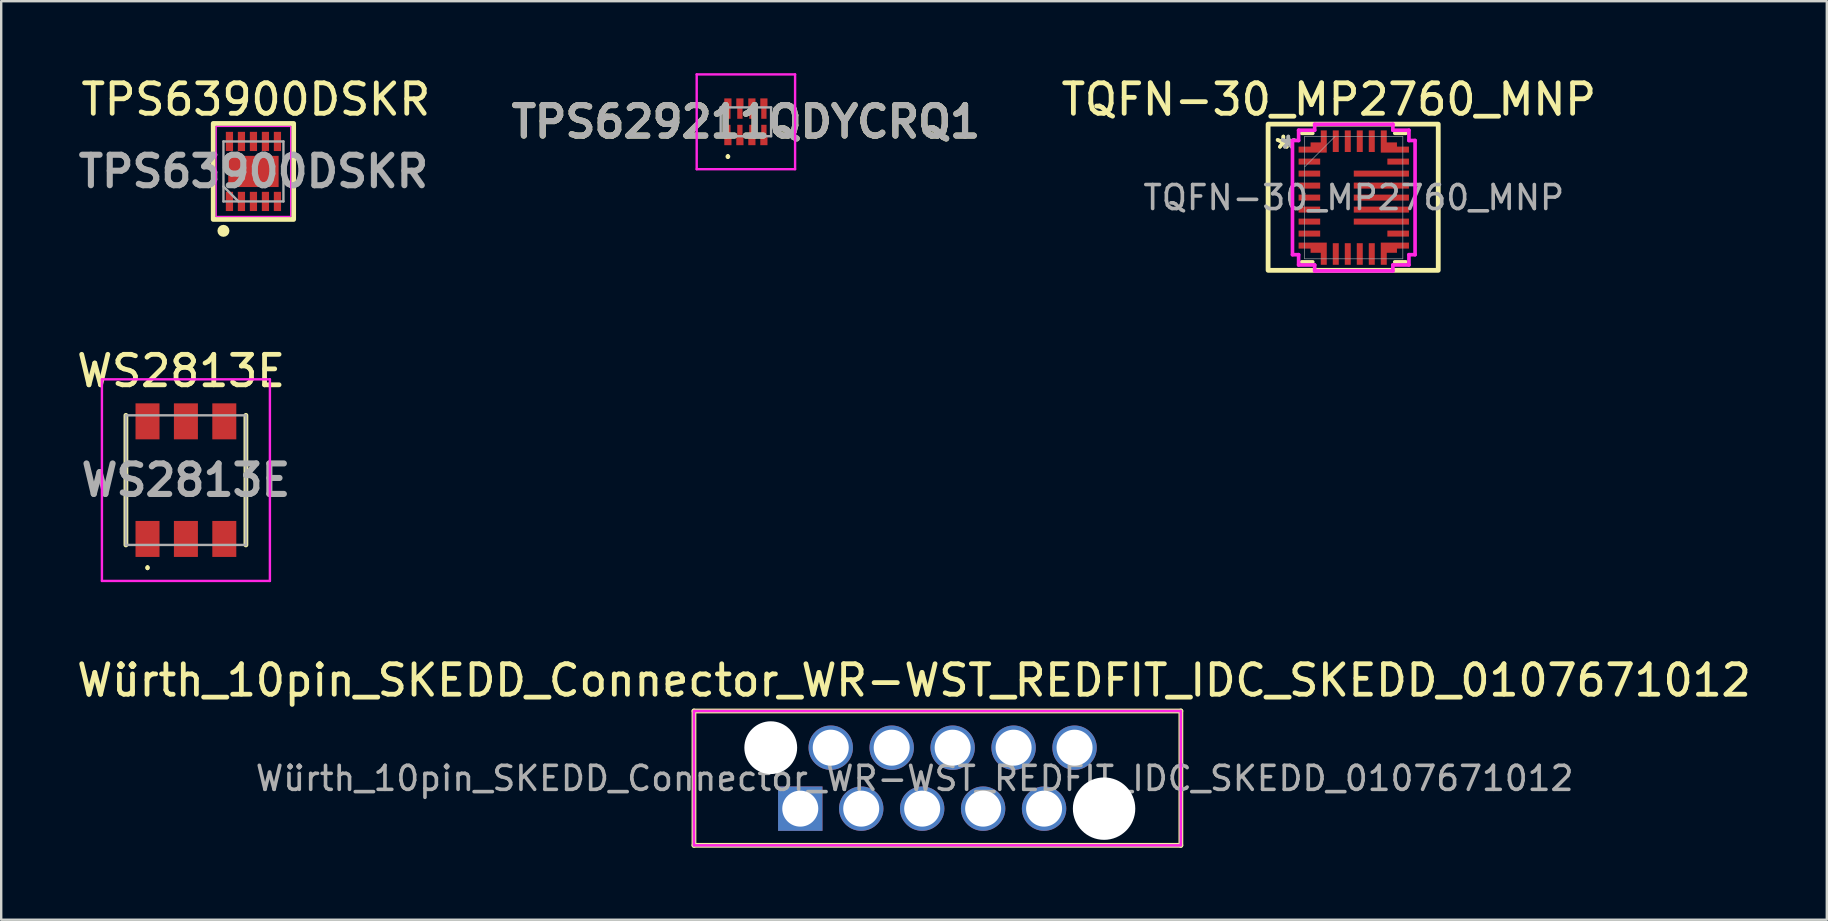
<source format=kicad_pcb>
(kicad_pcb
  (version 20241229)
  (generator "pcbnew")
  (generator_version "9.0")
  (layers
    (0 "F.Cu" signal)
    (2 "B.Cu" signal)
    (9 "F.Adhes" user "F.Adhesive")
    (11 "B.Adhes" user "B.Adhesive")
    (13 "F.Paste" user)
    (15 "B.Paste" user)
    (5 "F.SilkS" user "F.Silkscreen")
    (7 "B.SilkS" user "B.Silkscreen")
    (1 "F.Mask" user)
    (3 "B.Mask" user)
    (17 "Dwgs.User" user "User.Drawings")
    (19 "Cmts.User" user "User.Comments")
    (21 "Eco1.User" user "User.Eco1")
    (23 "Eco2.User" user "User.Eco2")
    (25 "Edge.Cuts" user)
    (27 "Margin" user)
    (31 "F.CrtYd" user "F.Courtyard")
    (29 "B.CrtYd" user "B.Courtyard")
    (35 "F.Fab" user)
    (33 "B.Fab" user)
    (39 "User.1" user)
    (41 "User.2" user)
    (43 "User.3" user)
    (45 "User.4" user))
  (footprint "WS2813E"
    (layer "F.Cu")
    (at 4.697 16.958)
    (property "Reference" "WS2813E" (at -0.2 -4.55 0) (layer "F.SilkS") (effects (font (size 1.27 1.27) (thickness 0.2))))
    (attr smd)
    (fp_line (start -2.5 -2.7) (end -2.5 2.7) (stroke (width 0.2) (type solid)) (layer "F.SilkS"))
    (fp_line (start -1.6 3.6) (end -1.6 3.6) (stroke (width 0.1) (type solid)) (layer "F.SilkS"))
    (fp_line (start -1.6 3.7) (end -1.6 3.7) (stroke (width 0.1) (type solid)) (layer "F.SilkS"))
    (fp_line (start 2.5 -2.7) (end 2.5 2.7) (stroke (width 0.2) (type solid)) (layer "F.SilkS"))
    (fp_arc (start -1.6 3.6) (mid -1.55 3.65) (end -1.6 3.7) (stroke (width 0.1) (type solid)) (layer "F.SilkS"))
    (fp_arc (start -1.6 3.7) (mid -1.65 3.65) (end -1.6 3.6) (stroke (width 0.1) (type solid)) (layer "F.SilkS"))
    (fp_line (start -3.5 -4.2) (end 3.5 -4.2) (stroke (width 0.1) (type solid)) (layer "F.CrtYd"))
    (fp_line (start -3.5 4.2) (end -3.5 -4.2) (stroke (width 0.1) (type solid)) (layer "F.CrtYd"))
    (fp_line (start 3.5 -4.2) (end 3.5 4.2) (stroke (width 0.1) (type solid)) (layer "F.CrtYd"))
    (fp_line (start 3.5 4.2) (end -3.5 4.2) (stroke (width 0.1) (type solid)) (layer "F.CrtYd"))
    (fp_line (start -2.5 -2.7) (end 2.5 -2.7) (stroke (width 0.1) (type solid)) (layer "F.Fab"))
    (fp_line (start -2.5 2.7) (end -2.5 -2.7) (stroke (width 0.1) (type solid)) (layer "F.Fab"))
    (fp_line (start 2.5 -2.7) (end 2.5 2.7) (stroke (width 0.1) (type solid)) (layer "F.Fab"))
    (fp_line (start 2.5 2.7) (end -2.5 2.7) (stroke (width 0.1) (type solid)) (layer "F.Fab"))
    (fp_text user "${REFERENCE}" (at 0 0 0) (layer "F.Fab") (effects (font (size 1.27 1.27) (thickness 0.254))))
    (pad "1" smd rect (at -1.6 2.45) (size 1 1.5) (layers "F.Cu" "F.Mask" "F.Paste"))
    (pad "2" smd rect (at 0 2.45) (size 1 1.5) (layers "F.Cu" "F.Mask" "F.Paste"))
    (pad "3" smd rect (at 1.6 2.45) (size 1 1.5) (layers "F.Cu" "F.Mask" "F.Paste"))
    (pad "4" smd rect (at 1.6 -2.45) (size 1 1.5) (layers "F.Cu" "F.Mask" "F.Paste"))
    (pad "5" smd rect (at 0 -2.45) (size 1 1.5) (layers "F.Cu" "F.Mask" "F.Paste"))
    (pad "6" smd rect (at -1.6 -2.45) (size 1 1.5) (layers "F.Cu" "F.Mask" "F.Paste")))
  (footprint "TPS63900DSKR"
    (layer "F.Cu")
    (at 7.511 4.094)
    (property "Reference" "TPS63900DSKR" (at 0.1 -3 0) (layer "F.SilkS") (effects (font (size 1.27 1.27) (thickness 0.2))))
    (attr smd)
    (fp_rect (start -1.675 -2) (end 1.675 2) (stroke (width 0.2) (type default)) (fill no) (layer "F.SilkS"))
    (fp_circle (center -1.25 2.475) (end -1.125 2.475) (stroke (width 0.25) (type solid)) (fill no) (layer "F.SilkS"))
    (fp_line (start -1.55 -1.875) (end 1.55 -1.875) (stroke (width 0.05) (type solid)) (layer "F.CrtYd"))
    (fp_line (start -1.55 1.875) (end -1.55 -1.875) (stroke (width 0.05) (type solid)) (layer "F.CrtYd"))
    (fp_line (start 1.55 -1.875) (end 1.55 1.875) (stroke (width 0.05) (type solid)) (layer "F.CrtYd"))
    (fp_line (start 1.55 1.875) (end -1.55 1.875) (stroke (width 0.05) (type solid)) (layer "F.CrtYd"))
    (fp_line (start -1.25 -1.25) (end 1.25 -1.25) (stroke (width 0.1) (type solid)) (layer "F.Fab"))
    (fp_line (start -1.25 1.25) (end -1.25 -1.25) (stroke (width 0.1) (type solid)) (layer "F.Fab"))
    (fp_line (start -0.625 1.25) (end -1.25 0.625) (stroke (width 0.1) (type solid)) (layer "F.Fab"))
    (fp_line (start 1.25 -1.25) (end 1.25 1.25) (stroke (width 0.1) (type solid)) (layer "F.Fab"))
    (fp_line (start 1.25 1.25) (end -1.25 1.25) (stroke (width 0.1) (type solid)) (layer "F.Fab"))
    (fp_text user "${REFERENCE}" (at 0 0 0) (layer "F.Fab") (effects (font (size 1.27 1.27) (thickness 0.254))))
    (pad "1" smd rect (at -1 1.25 180) (size 0.3 0.8) (layers "F.Cu" "F.Mask" "F.Paste"))
    (pad "2" smd rect (at -0.5 1.25 180) (size 0.3 0.8) (layers "F.Cu" "F.Mask" "F.Paste"))
    (pad "3" smd rect (at 0 1.25 180) (size 0.3 0.8) (layers "F.Cu" "F.Mask" "F.Paste"))
    (pad "4" smd rect (at 0.5 1.25 180) (size 0.3 0.8) (layers "F.Cu" "F.Mask" "F.Paste"))
    (pad "5" smd rect (at 1 1.25 180) (size 0.3 0.8) (layers "F.Cu" "F.Mask" "F.Paste"))
    (pad "6" smd rect (at 1 -1.25 180) (size 0.3 0.8) (layers "F.Cu" "F.Mask" "F.Paste"))
    (pad "7" smd rect (at 0.5 -1.25 180) (size 0.3 0.8) (layers "F.Cu" "F.Mask" "F.Paste"))
    (pad "8" smd rect (at 0 -1.25 180) (size 0.3 0.8) (layers "F.Cu" "F.Mask" "F.Paste"))
    (pad "9" smd rect (at -0.5 -1.25 180) (size 0.3 0.8) (layers "F.Cu" "F.Mask" "F.Paste"))
    (pad "10" smd rect (at -1 -1.25 180) (size 0.3 0.8) (layers "F.Cu" "F.Mask" "F.Paste"))
    (pad "11" smd rect (at 0 0 90) (size 1.3 2.1) (layers "F.Cu" "F.Mask" "F.Paste")))
  (footprint "TQFN-30_MP2760_MNP"
    (layer "F.Cu")
    (at 53.363 5.184)
    (property "Reference" "TQFN-30_MP2760_MNP" (at -1.04 -4.09 0) (unlocked yes) (layer "F.SilkS") (effects (font (size 1.27 1.27) (thickness 0.2))))
    (attr smd)
    (fp_poly (pts (xy -2.3 -2.125) (xy -2.3 -1.875) (xy -1.125 -1.875) (xy -1.125 -2.8) (xy -1.375 -2.8) (xy -1.375 -2.3) (xy -1.8 -2.3) (xy -1.8 -2.125)) (stroke (width 0) (type solid)) (fill yes) (layer "F.Cu"))
    (fp_poly (pts (xy -2.3 2.125) (xy -2.3 1.875) (xy -1.125 1.875) (xy -1.125 2.8) (xy -1.375 2.8) (xy -1.375 2.3) (xy -1.8 2.3) (xy -1.8 2.125)) (stroke (width 0) (type solid)) (fill yes) (layer "F.Cu"))
    (fp_poly (pts (xy 2.3 -2.125) (xy 2.3 -1.875) (xy 1.125 -1.875) (xy 1.125 -2.8) (xy 1.375 -2.8) (xy 1.375 -2.3) (xy 1.8 -2.3) (xy 1.8 -2.125)) (stroke (width 0) (type solid)) (fill yes) (layer "F.Cu"))
    (fp_poly (pts (xy 2.3 2.125) (xy 2.3 1.875) (xy 1.125 1.875) (xy 1.125 2.8) (xy 1.375 2.8) (xy 1.375 2.3) (xy 1.8 2.3) (xy 1.8 2.125)) (stroke (width 0) (type solid)) (fill yes) (layer "F.Cu"))
    (fp_poly (pts (xy -2.3 -2.125) (xy -2.3 -1.875) (xy -1.125 -1.875) (xy -1.125 -2.8) (xy -1.375 -2.8) (xy -1.375 -2.3) (xy -1.8 -2.3) (xy -1.8 -2.125)) (stroke (width 0) (type solid)) (fill yes) (layer "F.Mask"))
    (fp_poly (pts (xy -2.3 2.125) (xy -2.3 1.875) (xy -1.125 1.875) (xy -1.125 2.8) (xy -1.375 2.8) (xy -1.375 2.3) (xy -1.8 2.3) (xy -1.8 2.125)) (stroke (width 0) (type solid)) (fill yes) (layer "F.Mask"))
    (fp_poly (pts (xy 2.3 -2.125) (xy 2.3 -1.875) (xy 1.125 -1.875) (xy 1.125 -2.8) (xy 1.375 -2.8) (xy 1.375 -2.3) (xy 1.8 -2.3) (xy 1.8 -2.125)) (stroke (width 0) (type solid)) (fill yes) (layer "F.Mask"))
    (fp_poly (pts (xy 2.3 2.125) (xy 2.3 1.875) (xy 1.125 1.875) (xy 1.125 2.8) (xy 1.375 2.8) (xy 1.375 2.3) (xy 1.8 2.3) (xy 1.8 2.125)) (stroke (width 0) (type solid)) (fill yes) (layer "F.Mask"))
    (fp_line (start -2.172 2.68) (end -1.708 2.68) (stroke (width 0.152) (type solid)) (layer "F.SilkS"))
    (fp_line (start -1.708 -2.68) (end -2.172 -2.68) (stroke (width 0.152) (type solid)) (layer "F.SilkS"))
    (fp_line (start 1.708 2.68) (end 2.172 2.68) (stroke (width 0.152) (type solid)) (layer "F.SilkS"))
    (fp_line (start 2.172 -2.68) (end 1.708 -2.68) (stroke (width 0.152) (type solid)) (layer "F.SilkS"))
    (fp_rect (start -3.57 -3.06) (end 3.52 3.03) (stroke (width 0.2) (type default)) (fill no) (layer "F.SilkS"))
    (fp_poly (pts (xy -2.3 -2.125) (xy -2.3 -1.875) (xy -1.125 -1.875) (xy -1.125 -2.8) (xy -1.375 -2.8) (xy -1.375 -2.3) (xy -1.8 -2.3) (xy -1.8 -2.125)) (stroke (width 0) (type solid)) (fill yes) (layer "F.Paste"))
    (fp_poly (pts (xy -2.3 2.125) (xy -2.3 1.875) (xy -1.125 1.875) (xy -1.125 2.8) (xy -1.375 2.8) (xy -1.375 2.3) (xy -1.8 2.3) (xy -1.8 2.125)) (stroke (width 0) (type solid)) (fill yes) (layer "F.Paste"))
    (fp_poly (pts (xy 2.3 -2.125) (xy 2.3 -1.875) (xy 1.125 -1.875) (xy 1.125 -2.8) (xy 1.375 -2.8) (xy 1.375 -2.3) (xy 1.8 -2.3) (xy 1.8 -2.125)) (stroke (width 0) (type solid)) (fill yes) (layer "F.Paste"))
    (fp_poly (pts (xy 2.3 2.125) (xy 2.3 1.875) (xy 1.125 1.875) (xy 1.125 2.8) (xy 1.375 2.8) (xy 1.375 2.3) (xy 1.8 2.3) (xy 1.8 2.125)) (stroke (width 0) (type solid)) (fill yes) (layer "F.Paste"))
    (fp_line (start -2.554 -2.379) (end -2.299 -2.379) (stroke (width 0.152) (type solid)) (layer "F.CrtYd"))
    (fp_line (start -2.554 2.379) (end -2.554 -2.379) (stroke (width 0.152) (type solid)) (layer "F.CrtYd"))
    (fp_line (start -2.299 -2.807) (end -1.629 -2.807) (stroke (width 0.152) (type solid)) (layer "F.CrtYd"))
    (fp_line (start -2.299 -2.379) (end -2.299 -2.807) (stroke (width 0.152) (type solid)) (layer "F.CrtYd"))
    (fp_line (start -2.299 2.379) (end -2.554 2.379) (stroke (width 0.152) (type solid)) (layer "F.CrtYd"))
    (fp_line (start -2.299 2.807) (end -2.299 2.379) (stroke (width 0.152) (type solid)) (layer "F.CrtYd"))
    (fp_line (start -1.629 -3.054) (end 1.629 -3.054) (stroke (width 0.152) (type solid)) (layer "F.CrtYd"))
    (fp_line (start -1.629 -2.807) (end -1.629 -3.054) (stroke (width 0.152) (type solid)) (layer "F.CrtYd"))
    (fp_line (start -1.629 2.807) (end -2.299 2.807) (stroke (width 0.152) (type solid)) (layer "F.CrtYd"))
    (fp_line (start -1.629 3.054) (end -1.629 2.807) (stroke (width 0.152) (type solid)) (layer "F.CrtYd"))
    (fp_line (start 1.629 -3.054) (end 1.629 -2.807) (stroke (width 0.152) (type solid)) (layer "F.CrtYd"))
    (fp_line (start 1.629 -2.807) (end 2.299 -2.807) (stroke (width 0.152) (type solid)) (layer "F.CrtYd"))
    (fp_line (start 1.629 2.807) (end 1.629 3.054) (stroke (width 0.152) (type solid)) (layer "F.CrtYd"))
    (fp_line (start 1.629 3.054) (end -1.629 3.054) (stroke (width 0.152) (type solid)) (layer "F.CrtYd"))
    (fp_line (start 2.299 -2.807) (end 2.299 -2.379) (stroke (width 0.152) (type solid)) (layer "F.CrtYd"))
    (fp_line (start 2.299 -2.379) (end 2.554 -2.379) (stroke (width 0.152) (type solid)) (layer "F.CrtYd"))
    (fp_line (start 2.299 2.379) (end 2.299 2.807) (stroke (width 0.152) (type solid)) (layer "F.CrtYd"))
    (fp_line (start 2.299 2.807) (end 1.629 2.807) (stroke (width 0.152) (type solid)) (layer "F.CrtYd"))
    (fp_line (start 2.554 -2.379) (end 2.554 2.379) (stroke (width 0.152) (type solid)) (layer "F.CrtYd"))
    (fp_line (start 2.554 2.379) (end 2.299 2.379) (stroke (width 0.152) (type solid)) (layer "F.CrtYd"))
    (fp_line (start -2.045 -2.553) (end -2.045 2.553) (stroke (width 0.025) (type solid)) (layer "F.Fab"))
    (fp_line (start -2.045 -1.283) (end -0.775 -2.553) (stroke (width 0.025) (type solid)) (layer "F.Fab"))
    (fp_line (start -2.045 2.553) (end 2.045 2.553) (stroke (width 0.025) (type solid)) (layer "F.Fab"))
    (fp_line (start 2.045 -2.553) (end -2.045 -2.553) (stroke (width 0.025) (type solid)) (layer "F.Fab"))
    (fp_line (start 2.045 2.553) (end 2.045 -2.553) (stroke (width 0.025) (type solid)) (layer "F.Fab"))
    (fp_text user "*" (at -2.935 -2 0) (unlocked yes) (layer "F.SilkS") (effects (font (size 1 1) (thickness 0.15))))
    (fp_text user "*" (at -2.935 -2 0) (layer "F.SilkS") (effects (font (size 1 1) (thickness 0.15))))
    (fp_text user "${REFERENCE}" (at 0 0 0) (unlocked yes) (layer "F.Fab") (effects (font (size 1 1) (thickness 0.15))))
    (fp_text user "*" (at -2.728 -2 0) (layer "F.Fab") (effects (font (size 1 1) (thickness 0.15))))
    (fp_text user "*" (at -2.728 -2 0) (unlocked yes) (layer "F.Fab") (effects (font (size 1 1) (thickness 0.15))))
    (pad "1" smd rect (at -1.85 -2) (size 0.127 0.127) (layers "F.Cu" "F.Mask" "F.Paste"))
    (pad "2" smd rect (at -1.85 -1.5) (size 0.9 0.25) (layers "F.Cu" "F.Mask" "F.Paste"))
    (pad "3" smd rect (at -1.85 -1) (size 0.9 0.25) (layers "F.Cu" "F.Mask" "F.Paste"))
    (pad "4" smd rect (at -1.85 -0.5) (size 0.9 0.25) (layers "F.Cu" "F.Mask" "F.Paste"))
    (pad "5" smd rect (at -1.85 0) (size 0.9 0.25) (layers "F.Cu" "F.Mask" "F.Paste"))
    (pad "6" smd rect (at -1.85 0.5) (size 0.9 0.25) (layers "F.Cu" "F.Mask" "F.Paste"))
    (pad "7" smd rect (at -1.85 1) (size 0.9 0.25) (layers "F.Cu" "F.Mask" "F.Paste"))
    (pad "8" smd rect (at -1.85 1.5) (size 0.9 0.25) (layers "F.Cu" "F.Mask" "F.Paste"))
    (pad "9" smd rect (at -1.85 2) (size 0.127 0.127) (layers "F.Cu" "F.Mask" "F.Paste"))
    (pad "10" smd rect (at -1.25 2.35 90) (size 0.127 0.127) (layers "F.Cu" "F.Mask" "F.Paste"))
    (pad "11" smd rect (at -0.75 2.35 90) (size 0.9 0.25) (layers "F.Cu" "F.Mask" "F.Paste"))
    (pad "12" smd rect (at -0.25 2.35 90) (size 0.9 0.25) (layers "F.Cu" "F.Mask" "F.Paste"))
    (pad "13" smd rect (at 0.25 2.35 90) (size 0.9 0.25) (layers "F.Cu" "F.Mask" "F.Paste"))
    (pad "14" smd rect (at 0.75 2.35 90) (size 0.9 0.25) (layers "F.Cu" "F.Mask" "F.Paste"))
    (pad "15" smd rect (at 1.25 2.35 90) (size 0.127 0.127) (layers "F.Cu" "F.Mask" "F.Paste"))
    (pad "16" smd rect (at 1.85 2) (size 0.127 0.127) (layers "F.Cu" "F.Mask" "F.Paste"))
    (pad "17" smd rect (at 1.85 1.5) (size 0.9 0.25) (layers "F.Cu" "F.Mask" "F.Paste"))
    (pad "18" smd rect (at 1.15 1) (size 2.3 0.25) (layers "F.Cu" "F.Mask" "F.Paste"))
    (pad "19" smd rect (at 1.15 0.5) (size 2.3 0.25) (layers "F.Cu" "F.Mask" "F.Paste"))
    (pad "20" smd rect (at 1.15 0) (size 2.3 0.25) (layers "F.Cu" "F.Mask" "F.Paste"))
    (pad "21" smd rect (at 1.15 -0.5) (size 2.3 0.25) (layers "F.Cu" "F.Mask" "F.Paste"))
    (pad "22" smd rect (at 1.15 -1) (size 2.3 0.25) (layers "F.Cu" "F.Mask" "F.Paste"))
    (pad "23" smd rect (at 1.85 -1.5) (size 0.9 0.25) (layers "F.Cu" "F.Mask" "F.Paste"))
    (pad "24" smd rect (at 1.85 -2) (size 0.127 0.127) (layers "F.Cu" "F.Mask" "F.Paste"))
    (pad "25" smd rect (at 1.25 -2.35 90) (size 0.127 0.127) (layers "F.Cu" "F.Mask" "F.Paste"))
    (pad "26" smd rect (at 0.75 -2.35 90) (size 0.9 0.25) (layers "F.Cu" "F.Mask" "F.Paste"))
    (pad "27" smd rect (at 0.25 -2.35 90) (size 0.9 0.25) (layers "F.Cu" "F.Mask" "F.Paste"))
    (pad "28" smd rect (at -0.25 -2.35 90) (size 0.9 0.25) (layers "F.Cu" "F.Mask" "F.Paste"))
    (pad "29" smd rect (at -0.75 -2.35 90) (size 0.9 0.25) (layers "F.Cu" "F.Mask" "F.Paste"))
    (pad "30" smd rect (at -1.25 -2.35 90) (size 0.127 0.127) (layers "F.Cu" "F.Mask" "F.Paste")))
  (footprint "TPS629211QDYCRQ1"
    (layer "F.Cu")
    (at 28.032 2.025)
    (property "Reference" "TPS629211QDYCRQ1" (at 0 0 0) (layer "F.SilkS") (effects (font (size 1.27 1.27) (thickness 0.254))))
    (attr smd)
    (fp_line (start -0.75 1.4) (end -0.75 1.4) (stroke (width 0.1) (type solid)) (layer "F.SilkS"))
    (fp_line (start -0.75 1.5) (end -0.75 1.5) (stroke (width 0.1) (type solid)) (layer "F.SilkS"))
    (fp_arc (start -0.75 1.4) (mid -0.7 1.45) (end -0.75 1.5) (stroke (width 0.1) (type solid)) (layer "F.SilkS"))
    (fp_arc (start -0.75 1.5) (mid -0.8 1.45) (end -0.75 1.4) (stroke (width 0.1) (type solid)) (layer "F.SilkS"))
    (fp_line (start -2.05 -1.975) (end 2.05 -1.975) (stroke (width 0.1) (type solid)) (layer "F.CrtYd"))
    (fp_line (start -2.05 1.975) (end -2.05 -1.975) (stroke (width 0.1) (type solid)) (layer "F.CrtYd"))
    (fp_line (start 2.05 -1.975) (end 2.05 1.975) (stroke (width 0.1) (type solid)) (layer "F.CrtYd"))
    (fp_line (start 2.05 1.975) (end -2.05 1.975) (stroke (width 0.1) (type solid)) (layer "F.CrtYd"))
    (fp_line (start -1.05 -0.6) (end 1.05 -0.6) (stroke (width 0.1) (type solid)) (layer "F.Fab"))
    (fp_line (start -1.05 0.6) (end -1.05 -0.6) (stroke (width 0.1) (type solid)) (layer "F.Fab"))
    (fp_line (start 1.05 -0.6) (end 1.05 0.6) (stroke (width 0.1) (type solid)) (layer "F.Fab"))
    (fp_line (start 1.05 0.6) (end -1.05 0.6) (stroke (width 0.1) (type solid)) (layer "F.Fab"))
    (fp_text user "${REFERENCE}" (at 0 0 0) (layer "F.Fab") (effects (font (size 1.27 1.27) (thickness 0.254))))
    (pad "1" smd rect (at -0.75 0.35 180) (size 0.22 0.45) (layers "F.Cu" "F.Mask" "F.Paste"))
    (pad "2" smd rect (at -0.25 0.35 180) (size 0.22 0.45) (layers "F.Cu" "F.Mask" "F.Paste"))
    (pad "3" smd rect (at 0.25 0.35 180) (size 0.22 0.45) (layers "F.Cu" "F.Mask" "F.Paste"))
    (pad "4" smd rect (at 0.75 0.35 180) (size 0.22 0.45) (layers "F.Cu" "F.Mask" "F.Paste"))
    (pad "5" smd rect (at 0.75 -0.35 180) (size 0.22 0.45) (layers "F.Cu" "F.Mask" "F.Paste"))
    (pad "6" smd rect (at 0.25 -0.35 180) (size 0.22 0.45) (layers "F.Cu" "F.Mask" "F.Paste"))
    (pad "7" smd rect (at -0.25 -0.35 180) (size 0.22 0.45) (layers "F.Cu" "F.Mask" "F.Paste"))
    (pad "8" smd rect (at -0.75 -0.35 180) (size 0.22 0.45) (layers "F.Cu" "F.Mask" "F.Paste"))
    (pad "9" smd rect (at -0.75 -0.775 180) (size 0.3 0.4) (layers "F.Cu" "F.Mask" "F.Paste"))
    (pad "10" smd rect (at -0.25 -0.775 180) (size 0.3 0.4) (layers "F.Cu" "F.Mask" "F.Paste"))
    (pad "11" smd rect (at 0.25 -0.775 180) (size 0.3 0.4) (layers "F.Cu" "F.Mask" "F.Paste"))
    (pad "12" smd rect (at 0.75 -0.775 180) (size 0.3 0.4) (layers "F.Cu" "F.Mask" "F.Paste"))
    (pad "13" smd rect (at 0.75 0.775 180) (size 0.3 0.4) (layers "F.Cu" "F.Mask" "F.Paste"))
    (pad "14" smd rect (at 0.25 0.775 180) (size 0.3 0.4) (layers "F.Cu" "F.Mask" "F.Paste"))
    (pad "15" smd rect (at -0.25 0.775 180) (size 0.3 0.4) (layers "F.Cu" "F.Mask" "F.Paste"))
    (pad "16" smd rect (at -0.75 0.775 180) (size 0.3 0.4) (layers "F.Cu" "F.Mask" "F.Paste")))
  (footprint "Würth_10pin_SKEDD_Connector_WR-WST_REDFIT_IDC_SKEDD_0107671012"
    (layer "F.Cu")
    (at 36.013 29.377)
    (property "Reference" "Würth_10pin_SKEDD_Connector_WR-WST_REDFIT_IDC_SKEDD_0107671012" (at -0.975 -4.075 0) (layer "F.SilkS") (effects (font (size 1.27 1.27) (thickness 0.2))))
    (attr through_hole)
    (fp_line (start -10.145 -2.8) (end 10.145 -2.8) (stroke (width 0.2) (type solid)) (layer "F.SilkS"))
    (fp_line (start -10.145 2.8) (end -10.145 -2.8) (stroke (width 0.2) (type solid)) (layer "F.SilkS"))
    (fp_line (start 10.145 -2.8) (end 10.145 2.8) (stroke (width 0.2) (type solid)) (layer "F.SilkS"))
    (fp_line (start 10.145 2.8) (end -10.145 2.8) (stroke (width 0.2) (type solid)) (layer "F.SilkS"))
    (fp_rect (start -10.145 -2.8) (end 10.145 2.8) (stroke (width 0.1) (type default)) (fill no) (layer "F.CrtYd"))
    (fp_line (start -10.145 -2.8) (end 10.145 -2.8) (stroke (width 0.1) (type solid)) (layer "F.Fab"))
    (fp_line (start -10.145 2.8) (end -10.145 -2.8) (stroke (width 0.1) (type solid)) (layer "F.Fab"))
    (fp_line (start 10.145 -2.8) (end 10.145 2.8) (stroke (width 0.1) (type solid)) (layer "F.Fab"))
    (fp_line (start 10.145 2.8) (end -10.145 2.8) (stroke (width 0.1) (type solid)) (layer "F.Fab"))
    (fp_text user "${REFERENCE}" (at -0.95 0.01 0) (layer "F.Fab") (effects (font (size 1 1) (thickness 0.15))))
    (pad "" np_thru_hole circle (at -6.945 -1.27) (size 2.2 2.2) (drill 2.2) (layers "*.Cu" "*.Mask"))
    (pad "" np_thru_hole circle (at 6.945 1.27) (size 2.6 2.6) (drill 2.6) (layers "*.Cu" "*.Mask"))
    (pad "1" thru_hole rect (at -5.715 1.27) (size 1.85 1.85) (drill 1.5) (layers "*.Cu" "*.Mask"))
    (pad "2" thru_hole circle (at -4.445 -1.27) (size 1.85 1.85) (drill 1.5) (layers "*.Cu" "*.Mask"))
    (pad "3" thru_hole circle (at -3.175 1.27) (size 1.85 1.85) (drill 1.5) (layers "*.Cu" "*.Mask"))
    (pad "4" thru_hole circle (at -1.905 -1.27) (size 1.85 1.85) (drill 1.5) (layers "*.Cu" "*.Mask"))
    (pad "5" thru_hole circle (at -0.635 1.27) (size 1.85 1.85) (drill 1.5) (layers "*.Cu" "*.Mask"))
    (pad "6" thru_hole circle (at 0.635 -1.27) (size 1.85 1.85) (drill 1.5) (layers "*.Cu" "*.Mask"))
    (pad "7" thru_hole circle (at 1.905 1.27) (size 1.85 1.85) (drill 1.5) (layers "*.Cu" "*.Mask"))
    (pad "8" thru_hole circle (at 3.175 -1.27) (size 1.85 1.85) (drill 1.5) (layers "*.Cu" "*.Mask"))
    (pad "9" thru_hole circle (at 4.445 1.27) (size 1.85 1.85) (drill 1.5) (layers "*.Cu" "*.Mask"))
    (pad "10" thru_hole circle (at 5.715 -1.27) (size 1.85 1.85) (drill 1.5) (layers "*.Cu" "*.Mask")))
  (gr_rect
    (start -3 -3)
    (end 73.075 35.277)
    (stroke (width 0.1) (type default))
    (fill no)
    (layer "Edge.Cuts")))
</source>
